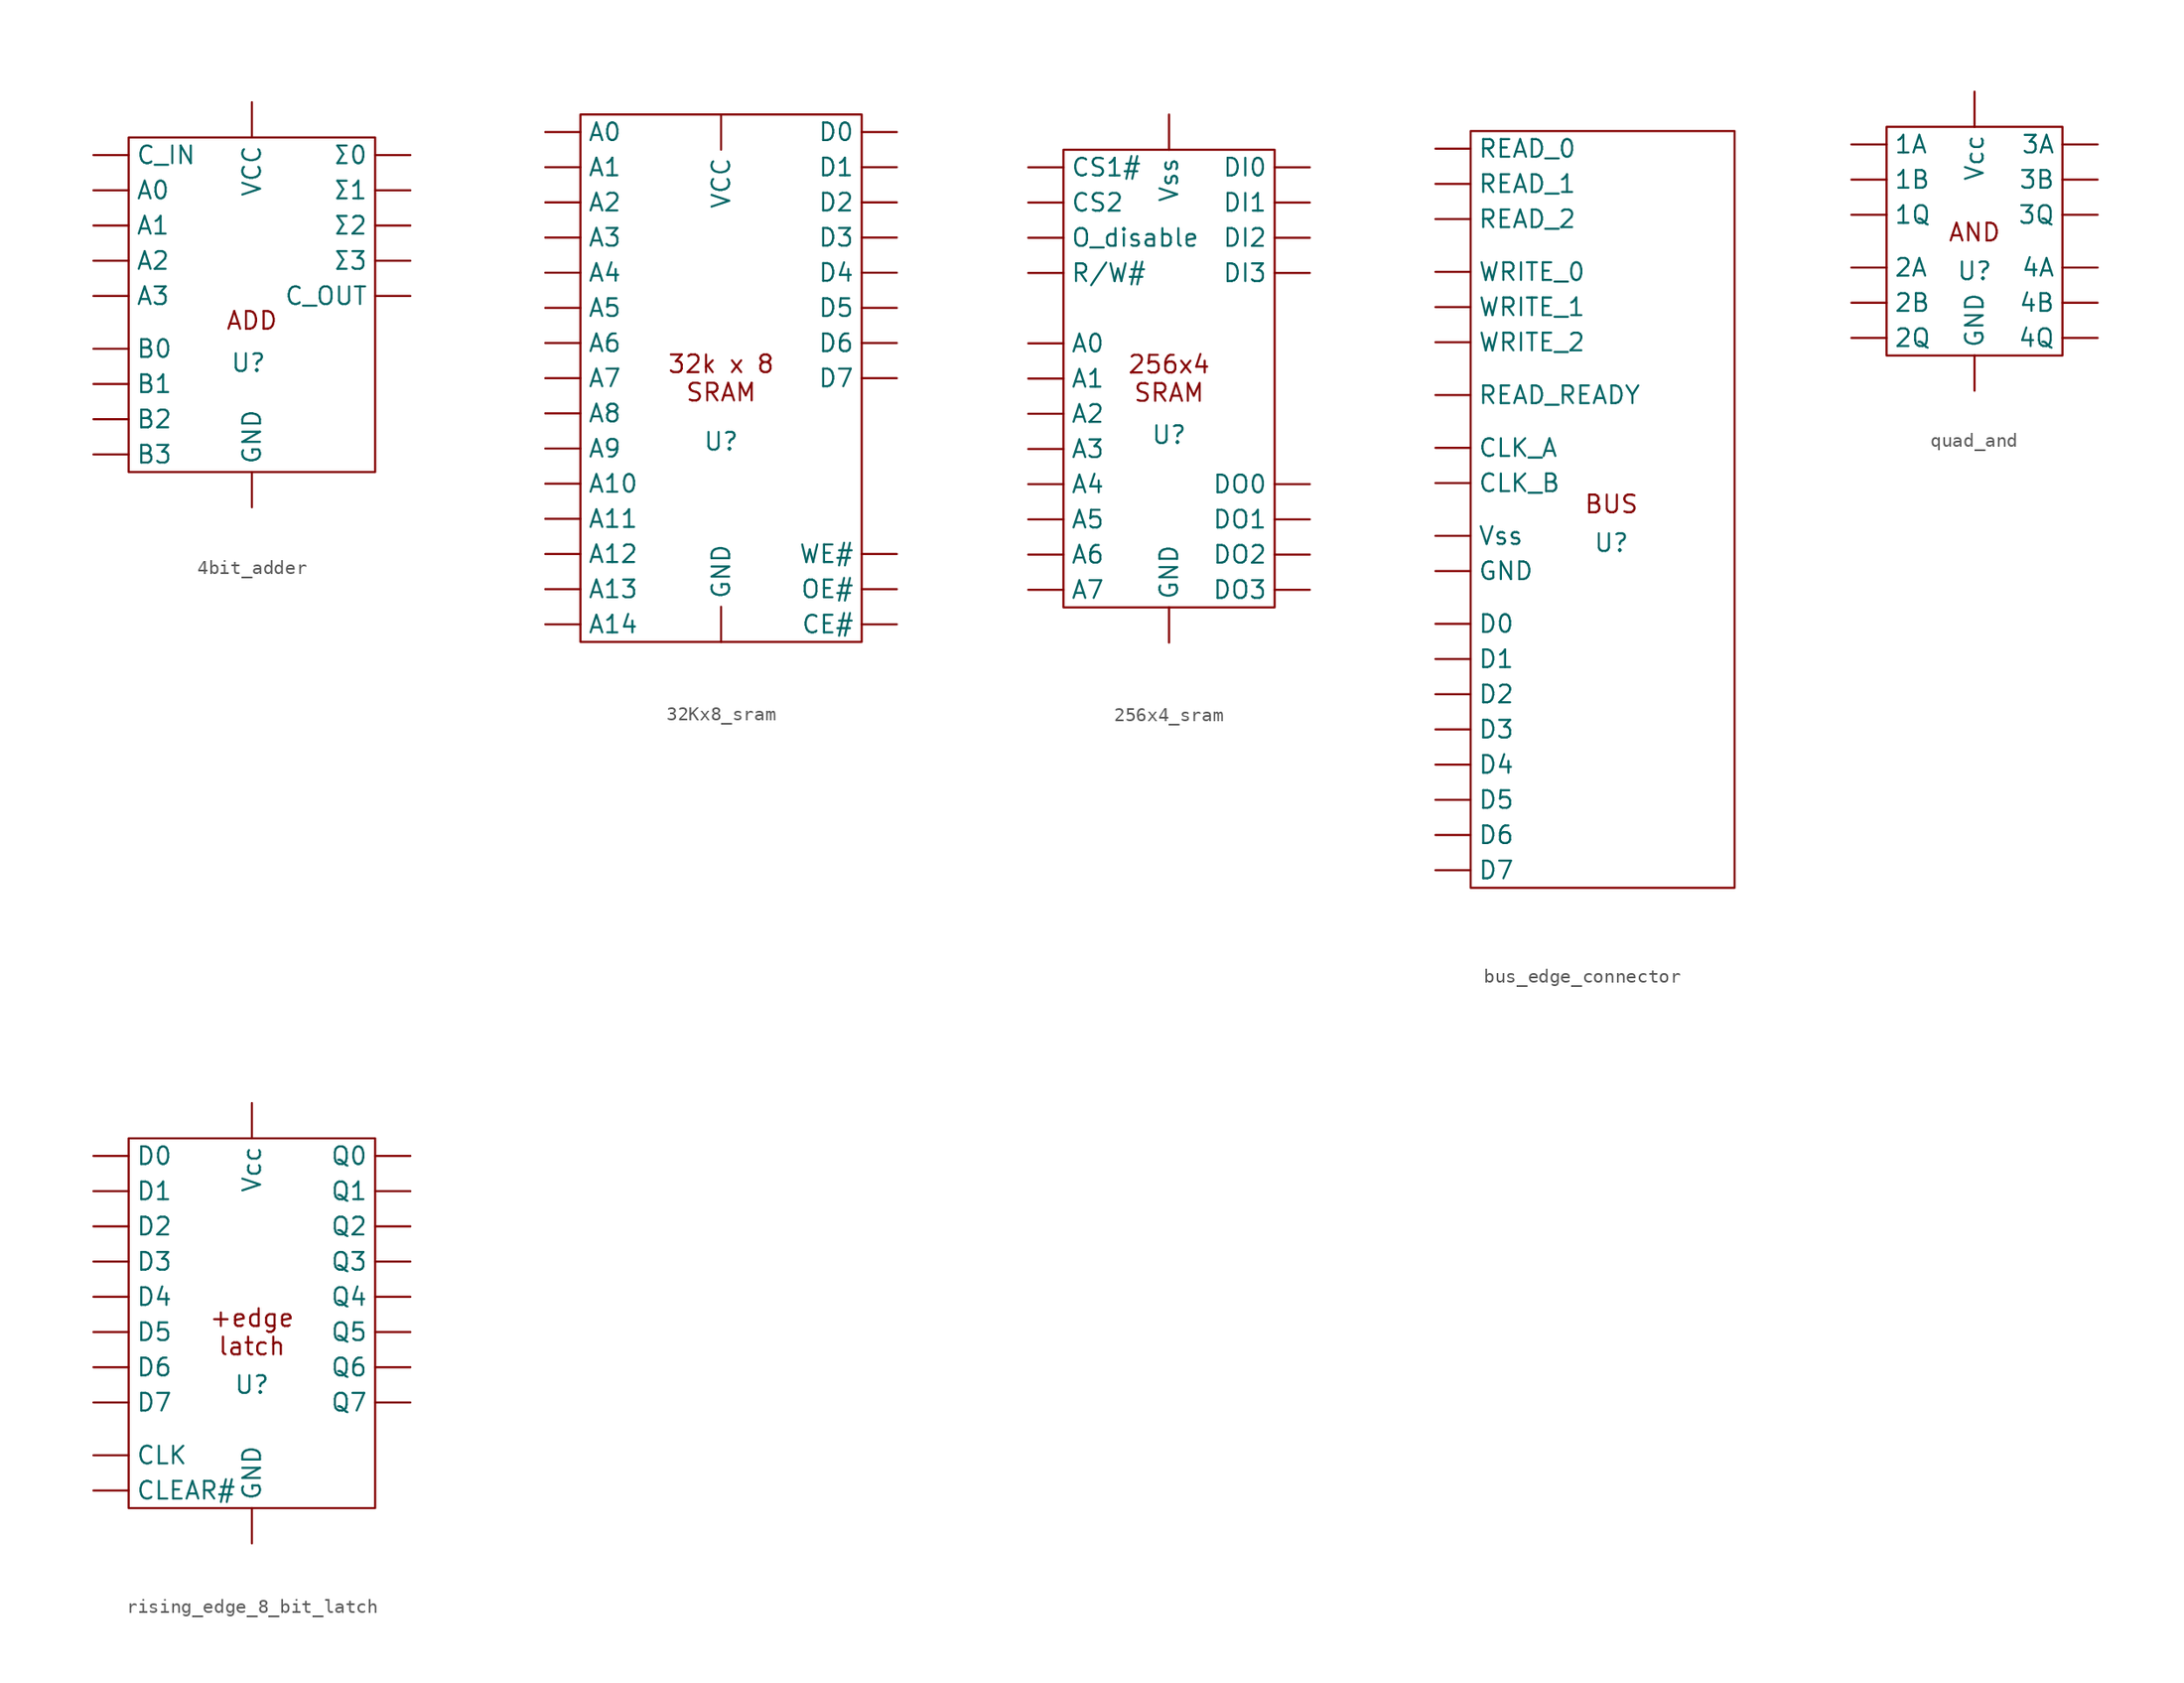
<source format=kicad_sym>
(kicad_symbol_lib
  (version 20231120)
  (generator "kicad_symbol_editor")
  (generator_version "8.0")
  (symbol "4bit_adder"
    (property "Reference" "U"
      (at -0.254 -2.286 0)
      (effects (font (size 1.27 1.27))))
    (property "Value" ""
      (at -5.08 0 0)
      (effects (font (size 1.27 1.27))))
    (symbol "4bit_adder_0_1"
      (rectangle (start -8.89 13.97) (end 8.89 -10.16) (stroke (width 0) (type default)) (fill (type none))))
    (symbol "4bit_adder_1_1"
      (text "ADD" (at 0 0.762 0) (effects (font (size 1.27 1.27))))
      (pin input line (at -11.43 10.16 0) (length 2.54) (name "A0" (effects (font (size 1.27 1.27)))) (number "" (effects (font (size 1.27 1.27)))))
      (pin input line (at -11.43 7.62 0) (length 2.54) (name "A1" (effects (font (size 1.27 1.27)))) (number "" (effects (font (size 1.27 1.27)))))
      (pin input line (at -11.43 5.08 0) (length 2.54) (name "A2" (effects (font (size 1.27 1.27)))) (number "" (effects (font (size 1.27 1.27)))))
      (pin input line (at -11.43 2.54 0) (length 2.54) (name "A3" (effects (font (size 1.27 1.27)))) (number "" (effects (font (size 1.27 1.27)))))
      (pin input line (at -11.43 -1.27 0) (length 2.54) (name "B0" (effects (font (size 1.27 1.27)))) (number "" (effects (font (size 1.27 1.27)))))
      (pin input line (at -11.43 -3.81 0) (length 2.54) (name "B1" (effects (font (size 1.27 1.27)))) (number "" (effects (font (size 1.27 1.27)))))
      (pin input line (at -11.43 -6.35 0) (length 2.54) (name "B2" (effects (font (size 1.27 1.27)))) (number "" (effects (font (size 1.27 1.27)))))
      (pin input line (at -11.43 -8.89 0) (length 2.54) (name "B3" (effects (font (size 1.27 1.27)))) (number "" (effects (font (size 1.27 1.27)))))
      (pin input line (at -11.43 12.7 0) (length 2.54) (name "C_IN" (effects (font (size 1.27 1.27)))) (number "" (effects (font (size 1.27 1.27)))))
      (pin output line (at 11.43 2.54 180) (length 2.54) (name "C_OUT" (effects (font (size 1.27 1.27)))) (number "" (effects (font (size 1.27 1.27)))))
      (pin power_in line (at 0 -12.7 90) (length 2.54) (name "GND" (effects (font (size 1.27 1.27)))) (number "" (effects (font (size 1.27 1.27)))))
      (pin power_in line (at 0 16.51 270) (length 2.54) (name "VCC" (effects (font (size 1.27 1.27)))) (number "" (effects (font (size 1.27 1.27)))))
      (pin output line (at 11.43 12.7 180) (length 2.54) (name "Σ0" (effects (font (size 1.27 1.27)))) (number "" (effects (font (size 1.27 1.27)))))
      (pin output line (at 11.43 10.16 180) (length 2.54) (name "Σ1" (effects (font (size 1.27 1.27)))) (number "" (effects (font (size 1.27 1.27)))))
      (pin output line (at 11.43 7.62 180) (length 2.54) (name "Σ2" (effects (font (size 1.27 1.27)))) (number "" (effects (font (size 1.27 1.27)))))
      (pin output line (at 11.43 5.08 180) (length 2.54) (name "Σ3" (effects (font (size 1.27 1.27)))) (number "" (effects (font (size 1.27 1.27)))))))
  (symbol "32Kx8_sram"
    (property "Reference" "U"
      (at 0 -4.572 0)
      (effects (font (size 1.27 1.27))))
    (property "Value" ""
      (at -3.81 -7.62 0)
      (effects (font (size 1.27 1.27))))
    (symbol "32Kx8_sram_0_1"
      (rectangle (start -10.16 19.05) (end 10.16 -19.05) (stroke (width 0) (type default)) (fill (type none))))
    (symbol "32Kx8_sram_1_1"
      (text "32k x 8\nSRAM" (at 0 0 0) (effects (font (size 1.27 1.27))))
      (pin input line (at -12.7 17.78 0) (length 2.54) (name "A0" (effects (font (size 1.27 1.27)))) (number "" (effects (font (size 1.27 1.27)))))
      (pin input line (at -12.7 15.24 0) (length 2.54) (name "A1" (effects (font (size 1.27 1.27)))) (number "" (effects (font (size 1.27 1.27)))))
      (pin input line (at -12.7 -7.62 0) (length 2.54) (name "A10" (effects (font (size 1.27 1.27)))) (number "" (effects (font (size 1.27 1.27)))))
      (pin input line (at -12.7 -10.16 0) (length 2.54) (name "A11" (effects (font (size 1.27 1.27)))) (number "" (effects (font (size 1.27 1.27)))))
      (pin input line (at -12.7 -12.7 0) (length 2.54) (name "A12" (effects (font (size 1.27 1.27)))) (number "" (effects (font (size 1.27 1.27)))))
      (pin input line (at -12.7 -15.24 0) (length 2.54) (name "A13" (effects (font (size 1.27 1.27)))) (number "" (effects (font (size 1.27 1.27)))))
      (pin input line (at -12.7 -17.78 0) (length 2.54) (name "A14" (effects (font (size 1.27 1.27)))) (number "" (effects (font (size 1.27 1.27)))))
      (pin input line (at -12.7 12.7 0) (length 2.54) (name "A2" (effects (font (size 1.27 1.27)))) (number "" (effects (font (size 1.27 1.27)))))
      (pin input line (at -12.7 10.16 0) (length 2.54) (name "A3" (effects (font (size 1.27 1.27)))) (number "" (effects (font (size 1.27 1.27)))))
      (pin input line (at -12.7 7.62 0) (length 2.54) (name "A4" (effects (font (size 1.27 1.27)))) (number "" (effects (font (size 1.27 1.27)))))
      (pin input line (at -12.7 5.08 0) (length 2.54) (name "A5" (effects (font (size 1.27 1.27)))) (number "" (effects (font (size 1.27 1.27)))))
      (pin input line (at -12.7 2.54 0) (length 2.54) (name "A6" (effects (font (size 1.27 1.27)))) (number "" (effects (font (size 1.27 1.27)))))
      (pin input line (at -12.7 0 0) (length 2.54) (name "A7" (effects (font (size 1.27 1.27)))) (number "" (effects (font (size 1.27 1.27)))))
      (pin input line (at -12.7 -2.54 0) (length 2.54) (name "A8" (effects (font (size 1.27 1.27)))) (number "" (effects (font (size 1.27 1.27)))))
      (pin input line (at -12.7 -5.08 0) (length 2.54) (name "A9" (effects (font (size 1.27 1.27)))) (number "" (effects (font (size 1.27 1.27)))))
      (pin input line (at 12.7 -17.78 180) (length 2.54) (name "CE#" (effects (font (size 1.27 1.27)))) (number "" (effects (font (size 1.27 1.27)))))
      (pin bidirectional line (at 12.7 17.78 180) (length 2.54) (name "D0" (effects (font (size 1.27 1.27)))) (number "" (effects (font (size 1.27 1.27)))))
      (pin bidirectional line (at 12.7 15.24 180) (length 2.54) (name "D1" (effects (font (size 1.27 1.27)))) (number "" (effects (font (size 1.27 1.27)))))
      (pin bidirectional line (at 12.7 12.7 180) (length 2.54) (name "D2" (effects (font (size 1.27 1.27)))) (number "" (effects (font (size 1.27 1.27)))))
      (pin bidirectional line (at 12.7 10.16 180) (length 2.54) (name "D3" (effects (font (size 1.27 1.27)))) (number "" (effects (font (size 1.27 1.27)))))
      (pin bidirectional line (at 12.7 7.62 180) (length 2.54) (name "D4" (effects (font (size 1.27 1.27)))) (number "" (effects (font (size 1.27 1.27)))))
      (pin bidirectional line (at 12.7 5.08 180) (length 2.54) (name "D5" (effects (font (size 1.27 1.27)))) (number "" (effects (font (size 1.27 1.27)))))
      (pin bidirectional line (at 12.7 2.54 180) (length 2.54) (name "D6" (effects (font (size 1.27 1.27)))) (number "" (effects (font (size 1.27 1.27)))))
      (pin bidirectional line (at 12.7 0 180) (length 2.54) (name "D7" (effects (font (size 1.27 1.27)))) (number "" (effects (font (size 1.27 1.27)))))
      (pin power_in line (at 0 -19.05 90) (length 2.54) (name "GND" (effects (font (size 1.27 1.27)))) (number "" (effects (font (size 1.27 1.27)))))
      (pin input line (at 12.7 -15.24 180) (length 2.54) (name "OE#" (effects (font (size 1.27 1.27)))) (number "" (effects (font (size 1.27 1.27)))))
      (pin power_in line (at 0 19.05 270) (length 2.54) (name "VCC" (effects (font (size 1.27 1.27)))) (number "" (effects (font (size 1.27 1.27)))))
      (pin input line (at 12.7 -12.7 180) (length 2.54) (name "WE#" (effects (font (size 1.27 1.27)))) (number "" (effects (font (size 1.27 1.27)))))))
  (symbol "256x4_sram"
    (property "Reference" "U"
      (at 0 -4.064 0)
      (effects (font (size 1.27 1.27))))
    (property "Value" ""
      (at 0 -6.35 0)
      (effects (font (size 1.27 1.27))))
    (symbol "256x4_sram_0_1"
      (rectangle (start -7.62 16.51) (end 7.62 -16.51) (stroke (width 0) (type default)) (fill (type none))))
    (symbol "256x4_sram_1_1"
      (text "256x4\nSRAM" (at 0 0 0) (effects (font (size 1.27 1.27))))
      (pin input line (at -10.16 2.54 0) (length 2.54) (name "A0" (effects (font (size 1.27 1.27)))) (number "" (effects (font (size 1.27 1.27)))))
      (pin input line (at -10.16 0 0) (length 2.54) (name "A1" (effects (font (size 1.27 1.27)))) (number "" (effects (font (size 1.27 1.27)))))
      (pin input line (at -10.16 -2.54 0) (length 2.54) (name "A2" (effects (font (size 1.27 1.27)))) (number "" (effects (font (size 1.27 1.27)))))
      (pin input line (at -10.16 -5.08 0) (length 2.54) (name "A3" (effects (font (size 1.27 1.27)))) (number "" (effects (font (size 1.27 1.27)))))
      (pin input line (at -10.16 -7.62 0) (length 2.54) (name "A4" (effects (font (size 1.27 1.27)))) (number "" (effects (font (size 1.27 1.27)))))
      (pin input line (at -10.16 -10.16 0) (length 2.54) (name "A5" (effects (font (size 1.27 1.27)))) (number "" (effects (font (size 1.27 1.27)))))
      (pin input line (at -10.16 -12.7 0) (length 2.54) (name "A6" (effects (font (size 1.27 1.27)))) (number "" (effects (font (size 1.27 1.27)))))
      (pin input line (at -10.16 -15.24 0) (length 2.54) (name "A7" (effects (font (size 1.27 1.27)))) (number "" (effects (font (size 1.27 1.27)))))
      (pin input line (at -10.16 15.24 0) (length 2.54) (name "CS1#" (effects (font (size 1.27 1.27)))) (number "" (effects (font (size 1.27 1.27)))))
      (pin input line (at -10.16 12.7 0) (length 2.54) (name "CS2" (effects (font (size 1.27 1.27)))) (number "" (effects (font (size 1.27 1.27)))))
      (pin input line (at 10.16 15.24 180) (length 2.54) (name "DI0" (effects (font (size 1.27 1.27)))) (number "" (effects (font (size 1.27 1.27)))))
      (pin input line (at 10.16 12.7 180) (length 2.54) (name "DI1" (effects (font (size 1.27 1.27)))) (number "" (effects (font (size 1.27 1.27)))))
      (pin input line (at 10.16 10.16 180) (length 2.54) (name "DI2" (effects (font (size 1.27 1.27)))) (number "" (effects (font (size 1.27 1.27)))))
      (pin input line (at 10.16 7.62 180) (length 2.54) (name "DI3" (effects (font (size 1.27 1.27)))) (number "" (effects (font (size 1.27 1.27)))))
      (pin output line (at 10.16 -7.62 180) (length 2.54) (name "DO0" (effects (font (size 1.27 1.27)))) (number "" (effects (font (size 1.27 1.27)))))
      (pin output line (at 10.16 -10.16 180) (length 2.54) (name "DO1" (effects (font (size 1.27 1.27)))) (number "" (effects (font (size 1.27 1.27)))))
      (pin output line (at 10.16 -12.7 180) (length 2.54) (name "DO2" (effects (font (size 1.27 1.27)))) (number "" (effects (font (size 1.27 1.27)))))
      (pin output line (at 10.16 -15.24 180) (length 2.54) (name "DO3" (effects (font (size 1.27 1.27)))) (number "" (effects (font (size 1.27 1.27)))))
      (pin power_in line (at 0 -19.05 90) (length 2.54) (name "GND" (effects (font (size 1.27 1.27)))) (number "" (effects (font (size 1.27 1.27)))))
      (pin input line (at -10.16 10.16 0) (length 2.54) (name "O_disable" (effects (font (size 1.27 1.27)))) (number "" (effects (font (size 1.27 1.27)))))
      (pin input line (at -10.16 7.62 0) (length 2.54) (name "R/W#" (effects (font (size 1.27 1.27)))) (number "" (effects (font (size 1.27 1.27)))))
      (pin power_in line (at 0 19.05 270) (length 2.54) (name "Vss" (effects (font (size 1.27 1.27)))) (number "" (effects (font (size 1.27 1.27)))))))
  (symbol "bus_edge_connector"
    (property "Reference" "U"
      (at 0 -3.048 0)
      (effects (font (size 1.27 1.27))))
    (property "Value" ""
      (at -10.16 10.16 0)
      (effects (font (size 1.27 1.27))))
    (symbol "bus_edge_connector_0_1"
      (rectangle (start -10.16 26.67) (end 8.89 -27.94) (stroke (width 0) (type default)) (fill (type none))))
    (symbol "bus_edge_connector_1_1"
      (text "BUS" (at 0 -0.254 0) (effects (font (size 1.27 1.27))))
      (pin bidirectional line (at -12.7 3.81 0) (length 2.54) (name "CLK_A" (effects (font (size 1.27 1.27)))) (number "" (effects (font (size 1.27 1.27)))))
      (pin bidirectional line (at -12.7 1.27 0) (length 2.54) (name "CLK_B" (effects (font (size 1.27 1.27)))) (number "" (effects (font (size 1.27 1.27)))))
      (pin bidirectional line (at -12.7 -8.89 0) (length 2.54) (name "D0" (effects (font (size 1.27 1.27)))) (number "" (effects (font (size 1.27 1.27)))))
      (pin bidirectional line (at -12.7 -11.43 0) (length 2.54) (name "D1" (effects (font (size 1.27 1.27)))) (number "" (effects (font (size 1.27 1.27)))))
      (pin bidirectional line (at -12.7 -13.97 0) (length 2.54) (name "D2" (effects (font (size 1.27 1.27)))) (number "" (effects (font (size 1.27 1.27)))))
      (pin bidirectional line (at -12.7 -16.51 0) (length 2.54) (name "D3" (effects (font (size 1.27 1.27)))) (number "" (effects (font (size 1.27 1.27)))))
      (pin bidirectional line (at -12.7 -19.05 0) (length 2.54) (name "D4" (effects (font (size 1.27 1.27)))) (number "" (effects (font (size 1.27 1.27)))))
      (pin bidirectional line (at -12.7 -21.59 0) (length 2.54) (name "D5" (effects (font (size 1.27 1.27)))) (number "" (effects (font (size 1.27 1.27)))))
      (pin bidirectional line (at -12.7 -24.13 0) (length 2.54) (name "D6" (effects (font (size 1.27 1.27)))) (number "" (effects (font (size 1.27 1.27)))))
      (pin bidirectional line (at -12.7 -26.67 0) (length 2.54) (name "D7" (effects (font (size 1.27 1.27)))) (number "" (effects (font (size 1.27 1.27)))))
      (pin power_out line (at -12.7 -5.08 0) (length 2.54) (name "GND" (effects (font (size 1.27 1.27)))) (number "" (effects (font (size 1.27 1.27)))))
      (pin bidirectional line (at -12.7 25.4 0) (length 2.54) (name "READ_0" (effects (font (size 1.27 1.27)))) (number "" (effects (font (size 1.27 1.27)))))
      (pin bidirectional line (at -12.7 22.86 0) (length 2.54) (name "READ_1" (effects (font (size 1.27 1.27)))) (number "" (effects (font (size 1.27 1.27)))))
      (pin bidirectional line (at -12.7 20.32 0) (length 2.54) (name "READ_2" (effects (font (size 1.27 1.27)))) (number "" (effects (font (size 1.27 1.27)))))
      (pin bidirectional line (at -12.7 7.62 0) (length 2.54) (name "READ_READY" (effects (font (size 1.27 1.27)))) (number "" (effects (font (size 1.27 1.27)))))
      (pin power_out line (at -12.7 -2.54 0) (length 2.54) (name "Vss" (effects (font (size 1.27 1.27)))) (number "" (effects (font (size 1.27 1.27)))))
      (pin bidirectional line (at -12.7 16.51 0) (length 2.54) (name "WRITE_0" (effects (font (size 1.27 1.27)))) (number "" (effects (font (size 1.27 1.27)))))
      (pin bidirectional line (at -12.7 13.97 0) (length 2.54) (name "WRITE_1" (effects (font (size 1.27 1.27)))) (number "" (effects (font (size 1.27 1.27)))))
      (pin bidirectional line (at -12.7 11.43 0) (length 2.54) (name "WRITE_2" (effects (font (size 1.27 1.27)))) (number "" (effects (font (size 1.27 1.27)))))))
  (symbol "quad_and"
    (property "Reference" "U"
      (at 0 -1.524 0)
      (effects (font (size 1.27 1.27))))
    (property "Value" ""
      (at 1.27 -1.27 0)
      (effects (font (size 1.27 1.27))))
    (symbol "quad_and_0_1"
      (rectangle (start -6.35 8.89) (end 6.35 -7.62) (stroke (width 0) (type default)) (fill (type none))))
    (symbol "quad_and_1_1"
      (text "AND" (at 0 1.27 0) (effects (font (size 1.27 1.27))))
      (pin input line (at -8.89 7.62 0) (length 2.54) (name "1A" (effects (font (size 1.27 1.27)))) (number "" (effects (font (size 1.27 1.27)))))
      (pin input line (at -8.89 5.08 0) (length 2.54) (name "1B" (effects (font (size 1.27 1.27)))) (number "" (effects (font (size 1.27 1.27)))))
      (pin output line (at -8.89 2.54 0) (length 2.54) (name "1Q" (effects (font (size 1.27 1.27)))) (number "" (effects (font (size 1.27 1.27)))))
      (pin input line (at -8.89 -1.27 0) (length 2.54) (name "2A" (effects (font (size 1.27 1.27)))) (number "" (effects (font (size 1.27 1.27)))))
      (pin input line (at -8.89 -3.81 0) (length 2.54) (name "2B" (effects (font (size 1.27 1.27)))) (number "" (effects (font (size 1.27 1.27)))))
      (pin output line (at -8.89 -6.35 0) (length 2.54) (name "2Q" (effects (font (size 1.27 1.27)))) (number "" (effects (font (size 1.27 1.27)))))
      (pin input line (at 8.89 7.62 180) (length 2.54) (name "3A" (effects (font (size 1.27 1.27)))) (number "" (effects (font (size 1.27 1.27)))))
      (pin input line (at 8.89 5.08 180) (length 2.54) (name "3B" (effects (font (size 1.27 1.27)))) (number "" (effects (font (size 1.27 1.27)))))
      (pin output line (at 8.89 2.54 180) (length 2.54) (name "3Q" (effects (font (size 1.27 1.27)))) (number "" (effects (font (size 1.27 1.27)))))
      (pin input line (at 8.89 -1.27 180) (length 2.54) (name "4A" (effects (font (size 1.27 1.27)))) (number "" (effects (font (size 1.27 1.27)))))
      (pin input line (at 8.89 -3.81 180) (length 2.54) (name "4B" (effects (font (size 1.27 1.27)))) (number "" (effects (font (size 1.27 1.27)))))
      (pin output line (at 8.89 -6.35 180) (length 2.54) (name "4Q" (effects (font (size 1.27 1.27)))) (number "" (effects (font (size 1.27 1.27)))))
      (pin power_in line (at 0 -10.16 90) (length 2.54) (name "GND" (effects (font (size 1.27 1.27)))) (number "" (effects (font (size 1.27 1.27)))))
      (pin power_in line (at 0 11.43 270) (length 2.54) (name "Vcc" (effects (font (size 1.27 1.27)))) (number "" (effects (font (size 1.27 1.27)))))))
  (symbol "rising_edge_8_bit_latch"
    (property "Reference" "U"
      (at 0 -3.81 0)
      (effects (font (size 1.27 1.27))))
    (property "Value" ""
      (at -2.54 -7.62 0)
      (effects (font (size 1.27 1.27))))
    (symbol "rising_edge_8_bit_latch_0_1"
      (rectangle (start -8.89 13.97) (end 8.89 -12.7) (stroke (width 0) (type default)) (fill (type none))))
    (symbol "rising_edge_8_bit_latch_1_1"
      (text "+edge\nlatch" (at 0 0 0) (effects (font (size 1.27 1.27))))
      (pin input line (at -11.43 -11.43 0) (length 2.54) (name "CLEAR#" (effects (font (size 1.27 1.27)))) (number "" (effects (font (size 1.27 1.27)))))
      (pin input line (at -11.43 -8.89 0) (length 2.54) (name "CLK" (effects (font (size 1.27 1.27)))) (number "" (effects (font (size 1.27 1.27)))))
      (pin input line (at -11.43 12.7 0) (length 2.54) (name "D0" (effects (font (size 1.27 1.27)))) (number "" (effects (font (size 1.27 1.27)))))
      (pin input line (at -11.43 10.16 0) (length 2.54) (name "D1" (effects (font (size 1.27 1.27)))) (number "" (effects (font (size 1.27 1.27)))))
      (pin input line (at -11.43 7.62 0) (length 2.54) (name "D2" (effects (font (size 1.27 1.27)))) (number "" (effects (font (size 1.27 1.27)))))
      (pin input line (at -11.43 5.08 0) (length 2.54) (name "D3" (effects (font (size 1.27 1.27)))) (number "" (effects (font (size 1.27 1.27)))))
      (pin input line (at -11.43 2.54 0) (length 2.54) (name "D4" (effects (font (size 1.27 1.27)))) (number "" (effects (font (size 1.27 1.27)))))
      (pin input line (at -11.43 0 0) (length 2.54) (name "D5" (effects (font (size 1.27 1.27)))) (number "" (effects (font (size 1.27 1.27)))))
      (pin input line (at -11.43 -2.54 0) (length 2.54) (name "D6" (effects (font (size 1.27 1.27)))) (number "" (effects (font (size 1.27 1.27)))))
      (pin input line (at -11.43 -5.08 0) (length 2.54) (name "D7" (effects (font (size 1.27 1.27)))) (number "" (effects (font (size 1.27 1.27)))))
      (pin power_in line (at 0 -15.24 90) (length 2.54) (name "GND" (effects (font (size 1.27 1.27)))) (number "" (effects (font (size 1.27 1.27)))))
      (pin output line (at 11.43 12.7 180) (length 2.54) (name "Q0" (effects (font (size 1.27 1.27)))) (number "" (effects (font (size 1.27 1.27)))))
      (pin output line (at 11.43 10.16 180) (length 2.54) (name "Q1" (effects (font (size 1.27 1.27)))) (number "" (effects (font (size 1.27 1.27)))))
      (pin output line (at 11.43 7.62 180) (length 2.54) (name "Q2" (effects (font (size 1.27 1.27)))) (number "" (effects (font (size 1.27 1.27)))))
      (pin output line (at 11.43 5.08 180) (length 2.54) (name "Q3" (effects (font (size 1.27 1.27)))) (number "" (effects (font (size 1.27 1.27)))))
      (pin output line (at 11.43 2.54 180) (length 2.54) (name "Q4" (effects (font (size 1.27 1.27)))) (number "" (effects (font (size 1.27 1.27)))))
      (pin output line (at 11.43 0 180) (length 2.54) (name "Q5" (effects (font (size 1.27 1.27)))) (number "" (effects (font (size 1.27 1.27)))))
      (pin output line (at 11.43 -2.54 180) (length 2.54) (name "Q6" (effects (font (size 1.27 1.27)))) (number "" (effects (font (size 1.27 1.27)))))
      (pin output line (at 11.43 -5.08 180) (length 2.54) (name "Q7" (effects (font (size 1.27 1.27)))) (number "" (effects (font (size 1.27 1.27)))))
      (pin power_in line (at 0 16.51 270) (length 2.54) (name "Vcc" (effects (font (size 1.27 1.27)))) (number "" (effects (font (size 1.27 1.27))))))))
</source>
